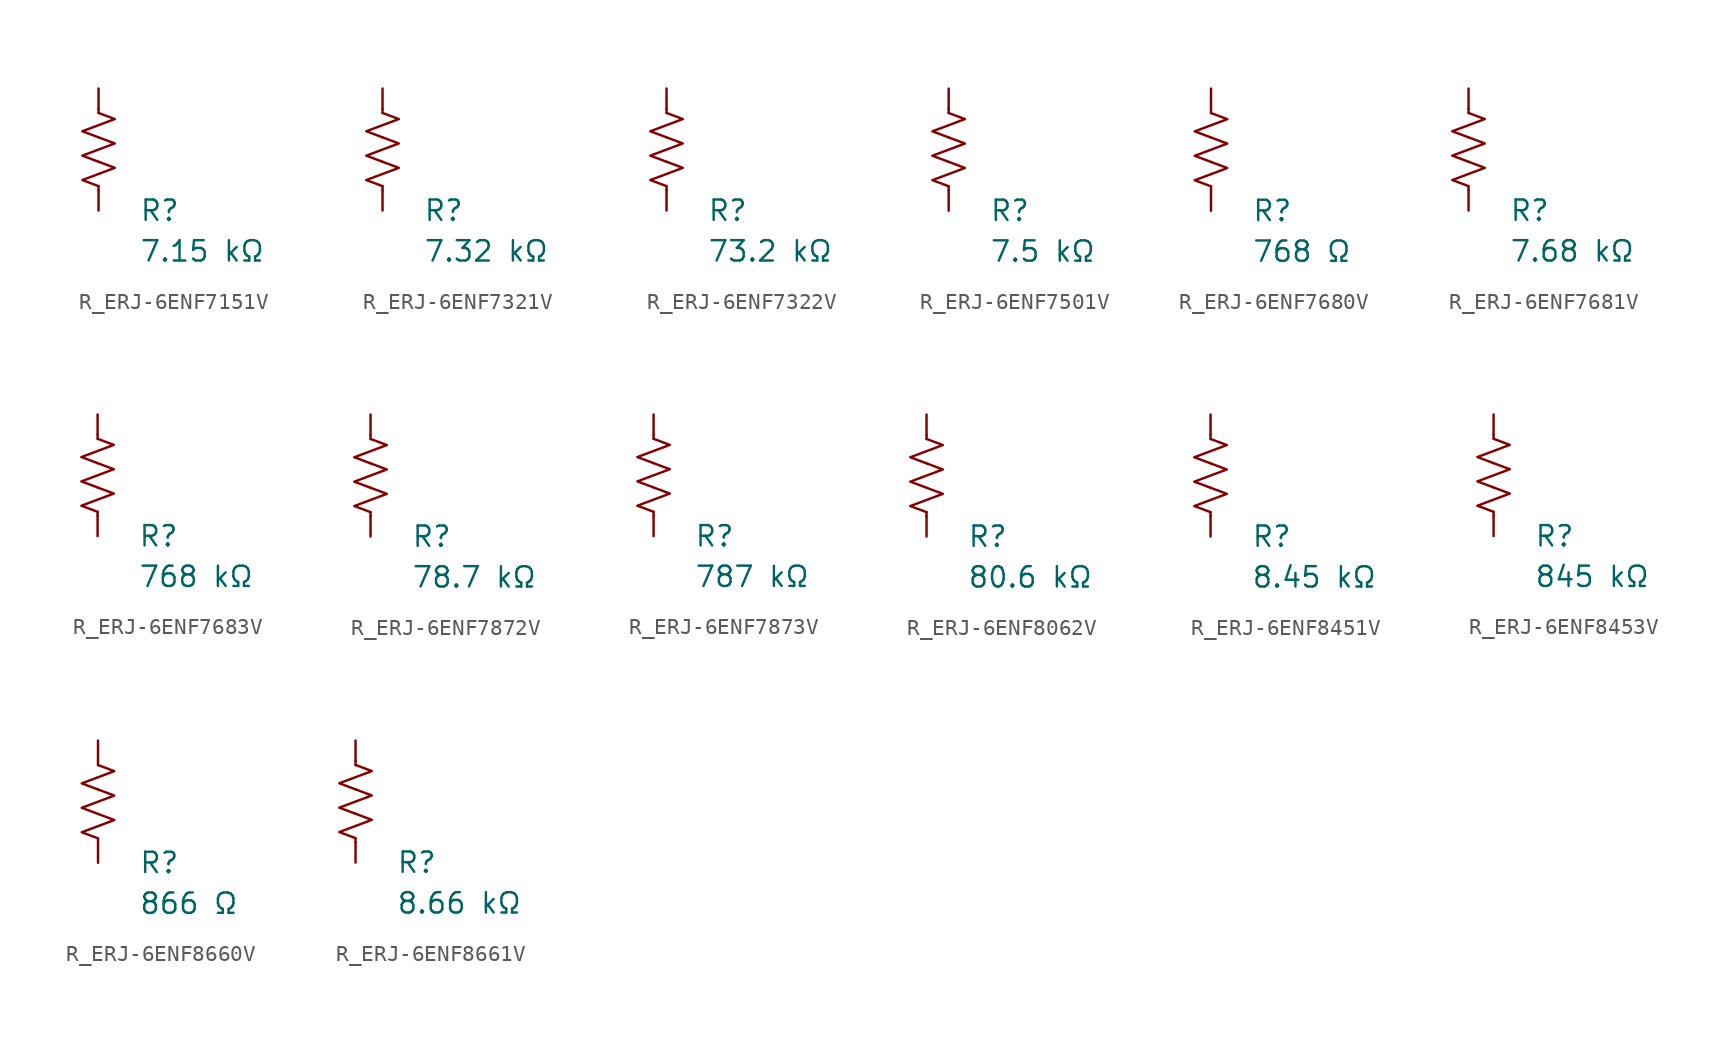
<source format=kicad_sym>
(kicad_symbol_lib
  (version 20231120)
  (generator "kicad_symbol_editor")
  (generator_version "8.0")
  (symbol "R_ERJ-6ENF7151V"
    (pin_numbers hide)
    (pin_names
      (offset 0))
    (property "Reference" "R"
      (at 2.54 -3.81 0)
      (effects (font (size 1.27 1.27)) (justify left))
      (show_name no))
    (property "Value" "7.15 kΩ"
      (at 2.54 -6.35 0)
      (effects (font (size 1.27 1.27)) (justify left))
      (show_name no))
    (symbol "R_ERJ-6ENF7151V_0_1"
      (polyline (pts (xy 0 -2.286) (xy 0 -2.54)) (stroke (width 0) (type default)) (fill (type none)))
      (polyline (pts (xy 0 2.286) (xy 0 2.54)) (stroke (width 0) (type default)) (fill (type none)))
      (polyline (pts (xy 0 -0.762) (xy 1.016 -1.143) (xy 0 -1.524) (xy -1.016 -1.905) (xy 0 -2.286)) (stroke (width 0) (type default)) (fill (type none)))
      (polyline (pts (xy 0 0.762) (xy 1.016 0.381) (xy 0 0) (xy -1.016 -0.381) (xy 0 -0.762)) (stroke (width 0) (type default)) (fill (type none)))
      (polyline (pts (xy 0 2.286) (xy 1.016 1.905) (xy 0 1.524) (xy -1.016 1.143) (xy 0 0.762)) (stroke (width 0) (type default)) (fill (type none))))
    (symbol "R_ERJ-6ENF7151V_1_1"
      (pin passive line (at 0 3.81 270) (length 1.27) (name "~" (effects (font (size 1.27 1.27)))) (number "1" (effects (font (size 1.27 1.27)))))
      (pin passive line (at 0 -3.81 90) (length 1.27) (name "~" (effects (font (size 1.27 1.27)))) (number "2" (effects (font (size 1.27 1.27)))))))
  (symbol "R_ERJ-6ENF7321V"
    (pin_numbers hide)
    (pin_names
      (offset 0))
    (property "Reference" "R"
      (at 2.54 -3.81 0)
      (effects (font (size 1.27 1.27)) (justify left))
      (show_name no))
    (property "Value" "7.32 kΩ"
      (at 2.54 -6.35 0)
      (effects (font (size 1.27 1.27)) (justify left))
      (show_name no))
    (symbol "R_ERJ-6ENF7321V_0_1"
      (polyline (pts (xy 0 -2.286) (xy 0 -2.54)) (stroke (width 0) (type default)) (fill (type none)))
      (polyline (pts (xy 0 2.286) (xy 0 2.54)) (stroke (width 0) (type default)) (fill (type none)))
      (polyline (pts (xy 0 -0.762) (xy 1.016 -1.143) (xy 0 -1.524) (xy -1.016 -1.905) (xy 0 -2.286)) (stroke (width 0) (type default)) (fill (type none)))
      (polyline (pts (xy 0 0.762) (xy 1.016 0.381) (xy 0 0) (xy -1.016 -0.381) (xy 0 -0.762)) (stroke (width 0) (type default)) (fill (type none)))
      (polyline (pts (xy 0 2.286) (xy 1.016 1.905) (xy 0 1.524) (xy -1.016 1.143) (xy 0 0.762)) (stroke (width 0) (type default)) (fill (type none))))
    (symbol "R_ERJ-6ENF7321V_1_1"
      (pin passive line (at 0 3.81 270) (length 1.27) (name "~" (effects (font (size 1.27 1.27)))) (number "1" (effects (font (size 1.27 1.27)))))
      (pin passive line (at 0 -3.81 90) (length 1.27) (name "~" (effects (font (size 1.27 1.27)))) (number "2" (effects (font (size 1.27 1.27)))))))
  (symbol "R_ERJ-6ENF7322V"
    (pin_numbers hide)
    (pin_names
      (offset 0))
    (property "Reference" "R"
      (at 2.54 -3.81 0)
      (effects (font (size 1.27 1.27)) (justify left))
      (show_name no))
    (property "Value" "73.2 kΩ"
      (at 2.54 -6.35 0)
      (effects (font (size 1.27 1.27)) (justify left))
      (show_name no))
    (symbol "R_ERJ-6ENF7322V_0_1"
      (polyline (pts (xy 0 -2.286) (xy 0 -2.54)) (stroke (width 0) (type default)) (fill (type none)))
      (polyline (pts (xy 0 2.286) (xy 0 2.54)) (stroke (width 0) (type default)) (fill (type none)))
      (polyline (pts (xy 0 -0.762) (xy 1.016 -1.143) (xy 0 -1.524) (xy -1.016 -1.905) (xy 0 -2.286)) (stroke (width 0) (type default)) (fill (type none)))
      (polyline (pts (xy 0 0.762) (xy 1.016 0.381) (xy 0 0) (xy -1.016 -0.381) (xy 0 -0.762)) (stroke (width 0) (type default)) (fill (type none)))
      (polyline (pts (xy 0 2.286) (xy 1.016 1.905) (xy 0 1.524) (xy -1.016 1.143) (xy 0 0.762)) (stroke (width 0) (type default)) (fill (type none))))
    (symbol "R_ERJ-6ENF7322V_1_1"
      (pin passive line (at 0 3.81 270) (length 1.27) (name "~" (effects (font (size 1.27 1.27)))) (number "1" (effects (font (size 1.27 1.27)))))
      (pin passive line (at 0 -3.81 90) (length 1.27) (name "~" (effects (font (size 1.27 1.27)))) (number "2" (effects (font (size 1.27 1.27)))))))
  (symbol "R_ERJ-6ENF7501V"
    (pin_numbers hide)
    (pin_names
      (offset 0))
    (property "Reference" "R"
      (at 2.54 -3.81 0)
      (effects (font (size 1.27 1.27)) (justify left))
      (show_name no))
    (property "Value" "7.5 kΩ"
      (at 2.54 -6.35 0)
      (effects (font (size 1.27 1.27)) (justify left))
      (show_name no))
    (symbol "R_ERJ-6ENF7501V_0_1"
      (polyline (pts (xy 0 -2.286) (xy 0 -2.54)) (stroke (width 0) (type default)) (fill (type none)))
      (polyline (pts (xy 0 2.286) (xy 0 2.54)) (stroke (width 0) (type default)) (fill (type none)))
      (polyline (pts (xy 0 -0.762) (xy 1.016 -1.143) (xy 0 -1.524) (xy -1.016 -1.905) (xy 0 -2.286)) (stroke (width 0) (type default)) (fill (type none)))
      (polyline (pts (xy 0 0.762) (xy 1.016 0.381) (xy 0 0) (xy -1.016 -0.381) (xy 0 -0.762)) (stroke (width 0) (type default)) (fill (type none)))
      (polyline (pts (xy 0 2.286) (xy 1.016 1.905) (xy 0 1.524) (xy -1.016 1.143) (xy 0 0.762)) (stroke (width 0) (type default)) (fill (type none))))
    (symbol "R_ERJ-6ENF7501V_1_1"
      (pin passive line (at 0 3.81 270) (length 1.27) (name "~" (effects (font (size 1.27 1.27)))) (number "1" (effects (font (size 1.27 1.27)))))
      (pin passive line (at 0 -3.81 90) (length 1.27) (name "~" (effects (font (size 1.27 1.27)))) (number "2" (effects (font (size 1.27 1.27)))))))
  (symbol "R_ERJ-6ENF7680V"
    (pin_numbers hide)
    (pin_names
      (offset 0))
    (property "Reference" "R"
      (at 2.54 -3.81 0)
      (effects (font (size 1.27 1.27)) (justify left))
      (show_name no))
    (property "Value" "768 Ω"
      (at 2.54 -6.35 0)
      (effects (font (size 1.27 1.27)) (justify left))
      (show_name no))
    (symbol "R_ERJ-6ENF7680V_0_1"
      (polyline (pts (xy 0 -2.286) (xy 0 -2.54)) (stroke (width 0) (type default)) (fill (type none)))
      (polyline (pts (xy 0 2.286) (xy 0 2.54)) (stroke (width 0) (type default)) (fill (type none)))
      (polyline (pts (xy 0 -0.762) (xy 1.016 -1.143) (xy 0 -1.524) (xy -1.016 -1.905) (xy 0 -2.286)) (stroke (width 0) (type default)) (fill (type none)))
      (polyline (pts (xy 0 0.762) (xy 1.016 0.381) (xy 0 0) (xy -1.016 -0.381) (xy 0 -0.762)) (stroke (width 0) (type default)) (fill (type none)))
      (polyline (pts (xy 0 2.286) (xy 1.016 1.905) (xy 0 1.524) (xy -1.016 1.143) (xy 0 0.762)) (stroke (width 0) (type default)) (fill (type none))))
    (symbol "R_ERJ-6ENF7680V_1_1"
      (pin passive line (at 0 3.81 270) (length 1.27) (name "~" (effects (font (size 1.27 1.27)))) (number "1" (effects (font (size 1.27 1.27)))))
      (pin passive line (at 0 -3.81 90) (length 1.27) (name "~" (effects (font (size 1.27 1.27)))) (number "2" (effects (font (size 1.27 1.27)))))))
  (symbol "R_ERJ-6ENF7681V"
    (pin_numbers hide)
    (pin_names
      (offset 0))
    (property "Reference" "R"
      (at 2.54 -3.81 0)
      (effects (font (size 1.27 1.27)) (justify left))
      (show_name no))
    (property "Value" "7.68 kΩ"
      (at 2.54 -6.35 0)
      (effects (font (size 1.27 1.27)) (justify left))
      (show_name no))
    (symbol "R_ERJ-6ENF7681V_0_1"
      (polyline (pts (xy 0 -2.286) (xy 0 -2.54)) (stroke (width 0) (type default)) (fill (type none)))
      (polyline (pts (xy 0 2.286) (xy 0 2.54)) (stroke (width 0) (type default)) (fill (type none)))
      (polyline (pts (xy 0 -0.762) (xy 1.016 -1.143) (xy 0 -1.524) (xy -1.016 -1.905) (xy 0 -2.286)) (stroke (width 0) (type default)) (fill (type none)))
      (polyline (pts (xy 0 0.762) (xy 1.016 0.381) (xy 0 0) (xy -1.016 -0.381) (xy 0 -0.762)) (stroke (width 0) (type default)) (fill (type none)))
      (polyline (pts (xy 0 2.286) (xy 1.016 1.905) (xy 0 1.524) (xy -1.016 1.143) (xy 0 0.762)) (stroke (width 0) (type default)) (fill (type none))))
    (symbol "R_ERJ-6ENF7681V_1_1"
      (pin passive line (at 0 3.81 270) (length 1.27) (name "~" (effects (font (size 1.27 1.27)))) (number "1" (effects (font (size 1.27 1.27)))))
      (pin passive line (at 0 -3.81 90) (length 1.27) (name "~" (effects (font (size 1.27 1.27)))) (number "2" (effects (font (size 1.27 1.27)))))))
  (symbol "R_ERJ-6ENF7683V"
    (pin_numbers hide)
    (pin_names
      (offset 0))
    (property "Reference" "R"
      (at 2.54 -3.81 0)
      (effects (font (size 1.27 1.27)) (justify left))
      (show_name no))
    (property "Value" "768 kΩ"
      (at 2.54 -6.35 0)
      (effects (font (size 1.27 1.27)) (justify left))
      (show_name no))
    (symbol "R_ERJ-6ENF7683V_0_1"
      (polyline (pts (xy 0 -2.286) (xy 0 -2.54)) (stroke (width 0) (type default)) (fill (type none)))
      (polyline (pts (xy 0 2.286) (xy 0 2.54)) (stroke (width 0) (type default)) (fill (type none)))
      (polyline (pts (xy 0 -0.762) (xy 1.016 -1.143) (xy 0 -1.524) (xy -1.016 -1.905) (xy 0 -2.286)) (stroke (width 0) (type default)) (fill (type none)))
      (polyline (pts (xy 0 0.762) (xy 1.016 0.381) (xy 0 0) (xy -1.016 -0.381) (xy 0 -0.762)) (stroke (width 0) (type default)) (fill (type none)))
      (polyline (pts (xy 0 2.286) (xy 1.016 1.905) (xy 0 1.524) (xy -1.016 1.143) (xy 0 0.762)) (stroke (width 0) (type default)) (fill (type none))))
    (symbol "R_ERJ-6ENF7683V_1_1"
      (pin passive line (at 0 3.81 270) (length 1.27) (name "~" (effects (font (size 1.27 1.27)))) (number "1" (effects (font (size 1.27 1.27)))))
      (pin passive line (at 0 -3.81 90) (length 1.27) (name "~" (effects (font (size 1.27 1.27)))) (number "2" (effects (font (size 1.27 1.27)))))))
  (symbol "R_ERJ-6ENF7872V"
    (pin_numbers hide)
    (pin_names
      (offset 0))
    (property "Reference" "R"
      (at 2.54 -3.81 0)
      (effects (font (size 1.27 1.27)) (justify left))
      (show_name no))
    (property "Value" "78.7 kΩ"
      (at 2.54 -6.35 0)
      (effects (font (size 1.27 1.27)) (justify left))
      (show_name no))
    (symbol "R_ERJ-6ENF7872V_0_1"
      (polyline (pts (xy 0 -2.286) (xy 0 -2.54)) (stroke (width 0) (type default)) (fill (type none)))
      (polyline (pts (xy 0 2.286) (xy 0 2.54)) (stroke (width 0) (type default)) (fill (type none)))
      (polyline (pts (xy 0 -0.762) (xy 1.016 -1.143) (xy 0 -1.524) (xy -1.016 -1.905) (xy 0 -2.286)) (stroke (width 0) (type default)) (fill (type none)))
      (polyline (pts (xy 0 0.762) (xy 1.016 0.381) (xy 0 0) (xy -1.016 -0.381) (xy 0 -0.762)) (stroke (width 0) (type default)) (fill (type none)))
      (polyline (pts (xy 0 2.286) (xy 1.016 1.905) (xy 0 1.524) (xy -1.016 1.143) (xy 0 0.762)) (stroke (width 0) (type default)) (fill (type none))))
    (symbol "R_ERJ-6ENF7872V_1_1"
      (pin passive line (at 0 3.81 270) (length 1.27) (name "~" (effects (font (size 1.27 1.27)))) (number "1" (effects (font (size 1.27 1.27)))))
      (pin passive line (at 0 -3.81 90) (length 1.27) (name "~" (effects (font (size 1.27 1.27)))) (number "2" (effects (font (size 1.27 1.27)))))))
  (symbol "R_ERJ-6ENF7873V"
    (pin_numbers hide)
    (pin_names
      (offset 0))
    (property "Reference" "R"
      (at 2.54 -3.81 0)
      (effects (font (size 1.27 1.27)) (justify left))
      (show_name no))
    (property "Value" "787 kΩ"
      (at 2.54 -6.35 0)
      (effects (font (size 1.27 1.27)) (justify left))
      (show_name no))
    (symbol "R_ERJ-6ENF7873V_0_1"
      (polyline (pts (xy 0 -2.286) (xy 0 -2.54)) (stroke (width 0) (type default)) (fill (type none)))
      (polyline (pts (xy 0 2.286) (xy 0 2.54)) (stroke (width 0) (type default)) (fill (type none)))
      (polyline (pts (xy 0 -0.762) (xy 1.016 -1.143) (xy 0 -1.524) (xy -1.016 -1.905) (xy 0 -2.286)) (stroke (width 0) (type default)) (fill (type none)))
      (polyline (pts (xy 0 0.762) (xy 1.016 0.381) (xy 0 0) (xy -1.016 -0.381) (xy 0 -0.762)) (stroke (width 0) (type default)) (fill (type none)))
      (polyline (pts (xy 0 2.286) (xy 1.016 1.905) (xy 0 1.524) (xy -1.016 1.143) (xy 0 0.762)) (stroke (width 0) (type default)) (fill (type none))))
    (symbol "R_ERJ-6ENF7873V_1_1"
      (pin passive line (at 0 3.81 270) (length 1.27) (name "~" (effects (font (size 1.27 1.27)))) (number "1" (effects (font (size 1.27 1.27)))))
      (pin passive line (at 0 -3.81 90) (length 1.27) (name "~" (effects (font (size 1.27 1.27)))) (number "2" (effects (font (size 1.27 1.27)))))))
  (symbol "R_ERJ-6ENF8062V"
    (pin_numbers hide)
    (pin_names
      (offset 0))
    (property "Reference" "R"
      (at 2.54 -3.81 0)
      (effects (font (size 1.27 1.27)) (justify left))
      (show_name no))
    (property "Value" "80.6 kΩ"
      (at 2.54 -6.35 0)
      (effects (font (size 1.27 1.27)) (justify left))
      (show_name no))
    (symbol "R_ERJ-6ENF8062V_0_1"
      (polyline (pts (xy 0 -2.286) (xy 0 -2.54)) (stroke (width 0) (type default)) (fill (type none)))
      (polyline (pts (xy 0 2.286) (xy 0 2.54)) (stroke (width 0) (type default)) (fill (type none)))
      (polyline (pts (xy 0 -0.762) (xy 1.016 -1.143) (xy 0 -1.524) (xy -1.016 -1.905) (xy 0 -2.286)) (stroke (width 0) (type default)) (fill (type none)))
      (polyline (pts (xy 0 0.762) (xy 1.016 0.381) (xy 0 0) (xy -1.016 -0.381) (xy 0 -0.762)) (stroke (width 0) (type default)) (fill (type none)))
      (polyline (pts (xy 0 2.286) (xy 1.016 1.905) (xy 0 1.524) (xy -1.016 1.143) (xy 0 0.762)) (stroke (width 0) (type default)) (fill (type none))))
    (symbol "R_ERJ-6ENF8062V_1_1"
      (pin passive line (at 0 3.81 270) (length 1.27) (name "~" (effects (font (size 1.27 1.27)))) (number "1" (effects (font (size 1.27 1.27)))))
      (pin passive line (at 0 -3.81 90) (length 1.27) (name "~" (effects (font (size 1.27 1.27)))) (number "2" (effects (font (size 1.27 1.27)))))))
  (symbol "R_ERJ-6ENF8451V"
    (pin_numbers hide)
    (pin_names
      (offset 0))
    (property "Reference" "R"
      (at 2.54 -3.81 0)
      (effects (font (size 1.27 1.27)) (justify left))
      (show_name no))
    (property "Value" "8.45 kΩ"
      (at 2.54 -6.35 0)
      (effects (font (size 1.27 1.27)) (justify left))
      (show_name no))
    (symbol "R_ERJ-6ENF8451V_0_1"
      (polyline (pts (xy 0 -2.286) (xy 0 -2.54)) (stroke (width 0) (type default)) (fill (type none)))
      (polyline (pts (xy 0 2.286) (xy 0 2.54)) (stroke (width 0) (type default)) (fill (type none)))
      (polyline (pts (xy 0 -0.762) (xy 1.016 -1.143) (xy 0 -1.524) (xy -1.016 -1.905) (xy 0 -2.286)) (stroke (width 0) (type default)) (fill (type none)))
      (polyline (pts (xy 0 0.762) (xy 1.016 0.381) (xy 0 0) (xy -1.016 -0.381) (xy 0 -0.762)) (stroke (width 0) (type default)) (fill (type none)))
      (polyline (pts (xy 0 2.286) (xy 1.016 1.905) (xy 0 1.524) (xy -1.016 1.143) (xy 0 0.762)) (stroke (width 0) (type default)) (fill (type none))))
    (symbol "R_ERJ-6ENF8451V_1_1"
      (pin passive line (at 0 3.81 270) (length 1.27) (name "~" (effects (font (size 1.27 1.27)))) (number "1" (effects (font (size 1.27 1.27)))))
      (pin passive line (at 0 -3.81 90) (length 1.27) (name "~" (effects (font (size 1.27 1.27)))) (number "2" (effects (font (size 1.27 1.27)))))))
  (symbol "R_ERJ-6ENF8453V"
    (pin_numbers hide)
    (pin_names
      (offset 0))
    (property "Reference" "R"
      (at 2.54 -3.81 0)
      (effects (font (size 1.27 1.27)) (justify left))
      (show_name no))
    (property "Value" "845 kΩ"
      (at 2.54 -6.35 0)
      (effects (font (size 1.27 1.27)) (justify left))
      (show_name no))
    (symbol "R_ERJ-6ENF8453V_0_1"
      (polyline (pts (xy 0 -2.286) (xy 0 -2.54)) (stroke (width 0) (type default)) (fill (type none)))
      (polyline (pts (xy 0 2.286) (xy 0 2.54)) (stroke (width 0) (type default)) (fill (type none)))
      (polyline (pts (xy 0 -0.762) (xy 1.016 -1.143) (xy 0 -1.524) (xy -1.016 -1.905) (xy 0 -2.286)) (stroke (width 0) (type default)) (fill (type none)))
      (polyline (pts (xy 0 0.762) (xy 1.016 0.381) (xy 0 0) (xy -1.016 -0.381) (xy 0 -0.762)) (stroke (width 0) (type default)) (fill (type none)))
      (polyline (pts (xy 0 2.286) (xy 1.016 1.905) (xy 0 1.524) (xy -1.016 1.143) (xy 0 0.762)) (stroke (width 0) (type default)) (fill (type none))))
    (symbol "R_ERJ-6ENF8453V_1_1"
      (pin passive line (at 0 3.81 270) (length 1.27) (name "~" (effects (font (size 1.27 1.27)))) (number "1" (effects (font (size 1.27 1.27)))))
      (pin passive line (at 0 -3.81 90) (length 1.27) (name "~" (effects (font (size 1.27 1.27)))) (number "2" (effects (font (size 1.27 1.27)))))))
  (symbol "R_ERJ-6ENF8660V"
    (pin_numbers hide)
    (pin_names
      (offset 0))
    (property "Reference" "R"
      (at 2.54 -3.81 0)
      (effects (font (size 1.27 1.27)) (justify left))
      (show_name no))
    (property "Value" "866 Ω"
      (at 2.54 -6.35 0)
      (effects (font (size 1.27 1.27)) (justify left))
      (show_name no))
    (symbol "R_ERJ-6ENF8660V_0_1"
      (polyline (pts (xy 0 -2.286) (xy 0 -2.54)) (stroke (width 0) (type default)) (fill (type none)))
      (polyline (pts (xy 0 2.286) (xy 0 2.54)) (stroke (width 0) (type default)) (fill (type none)))
      (polyline (pts (xy 0 -0.762) (xy 1.016 -1.143) (xy 0 -1.524) (xy -1.016 -1.905) (xy 0 -2.286)) (stroke (width 0) (type default)) (fill (type none)))
      (polyline (pts (xy 0 0.762) (xy 1.016 0.381) (xy 0 0) (xy -1.016 -0.381) (xy 0 -0.762)) (stroke (width 0) (type default)) (fill (type none)))
      (polyline (pts (xy 0 2.286) (xy 1.016 1.905) (xy 0 1.524) (xy -1.016 1.143) (xy 0 0.762)) (stroke (width 0) (type default)) (fill (type none))))
    (symbol "R_ERJ-6ENF8660V_1_1"
      (pin passive line (at 0 3.81 270) (length 1.27) (name "~" (effects (font (size 1.27 1.27)))) (number "1" (effects (font (size 1.27 1.27)))))
      (pin passive line (at 0 -3.81 90) (length 1.27) (name "~" (effects (font (size 1.27 1.27)))) (number "2" (effects (font (size 1.27 1.27)))))))
  (symbol "R_ERJ-6ENF8661V"
    (pin_numbers hide)
    (pin_names
      (offset 0))
    (property "Reference" "R"
      (at 2.54 -3.81 0)
      (effects (font (size 1.27 1.27)) (justify left))
      (show_name no))
    (property "Value" "8.66 kΩ"
      (at 2.54 -6.35 0)
      (effects (font (size 1.27 1.27)) (justify left))
      (show_name no))
    (symbol "R_ERJ-6ENF8661V_0_1"
      (polyline (pts (xy 0 -2.286) (xy 0 -2.54)) (stroke (width 0) (type default)) (fill (type none)))
      (polyline (pts (xy 0 2.286) (xy 0 2.54)) (stroke (width 0) (type default)) (fill (type none)))
      (polyline (pts (xy 0 -0.762) (xy 1.016 -1.143) (xy 0 -1.524) (xy -1.016 -1.905) (xy 0 -2.286)) (stroke (width 0) (type default)) (fill (type none)))
      (polyline (pts (xy 0 0.762) (xy 1.016 0.381) (xy 0 0) (xy -1.016 -0.381) (xy 0 -0.762)) (stroke (width 0) (type default)) (fill (type none)))
      (polyline (pts (xy 0 2.286) (xy 1.016 1.905) (xy 0 1.524) (xy -1.016 1.143) (xy 0 0.762)) (stroke (width 0) (type default)) (fill (type none))))
    (symbol "R_ERJ-6ENF8661V_1_1"
      (pin passive line (at 0 3.81 270) (length 1.27) (name "~" (effects (font (size 1.27 1.27)))) (number "1" (effects (font (size 1.27 1.27)))))
      (pin passive line (at 0 -3.81 90) (length 1.27) (name "~" (effects (font (size 1.27 1.27)))) (number "2" (effects (font (size 1.27 1.27))))))))
</source>
